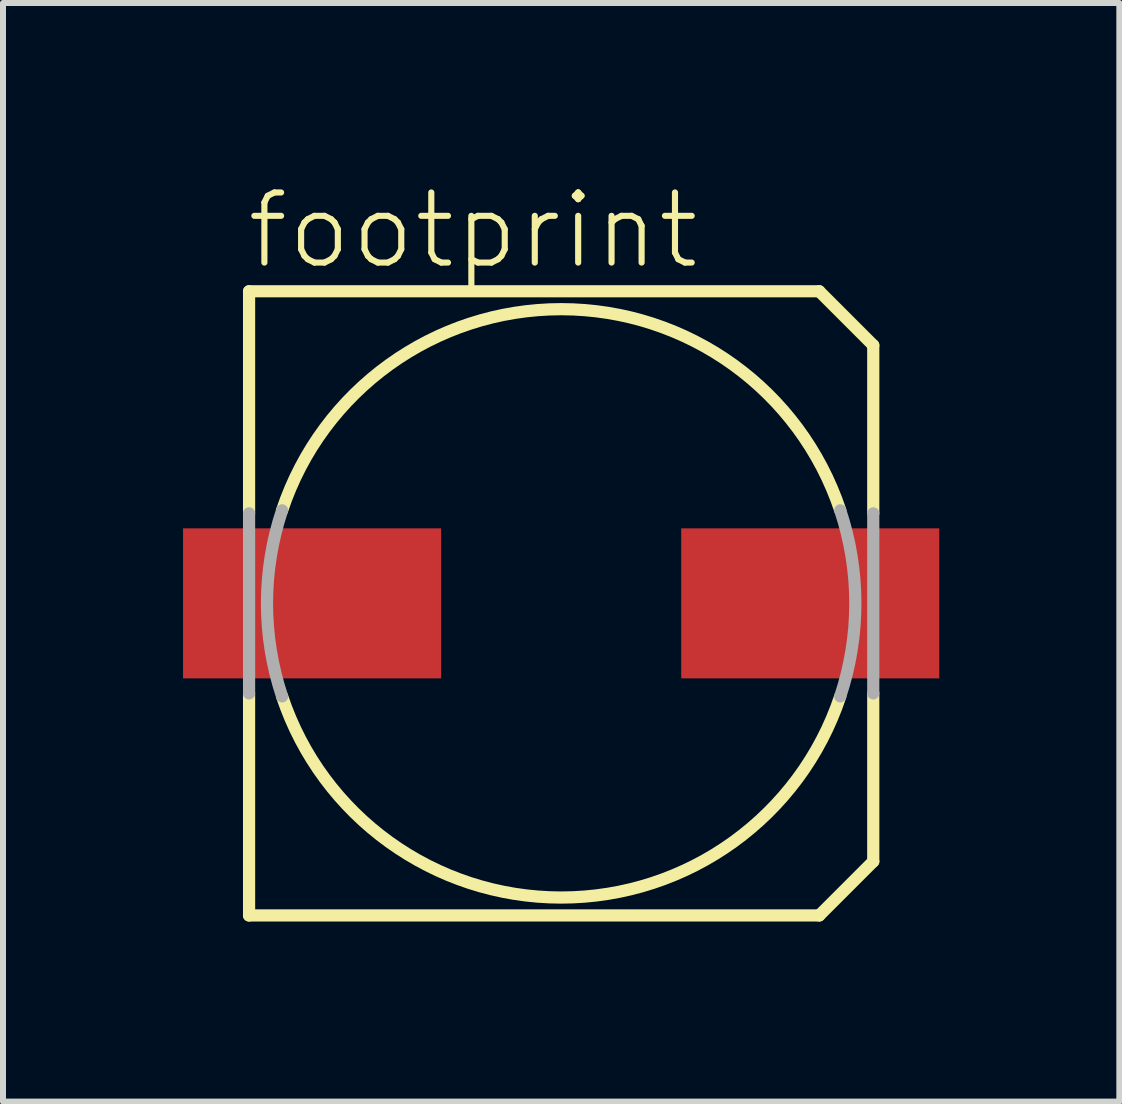
<source format=kicad_pcb>
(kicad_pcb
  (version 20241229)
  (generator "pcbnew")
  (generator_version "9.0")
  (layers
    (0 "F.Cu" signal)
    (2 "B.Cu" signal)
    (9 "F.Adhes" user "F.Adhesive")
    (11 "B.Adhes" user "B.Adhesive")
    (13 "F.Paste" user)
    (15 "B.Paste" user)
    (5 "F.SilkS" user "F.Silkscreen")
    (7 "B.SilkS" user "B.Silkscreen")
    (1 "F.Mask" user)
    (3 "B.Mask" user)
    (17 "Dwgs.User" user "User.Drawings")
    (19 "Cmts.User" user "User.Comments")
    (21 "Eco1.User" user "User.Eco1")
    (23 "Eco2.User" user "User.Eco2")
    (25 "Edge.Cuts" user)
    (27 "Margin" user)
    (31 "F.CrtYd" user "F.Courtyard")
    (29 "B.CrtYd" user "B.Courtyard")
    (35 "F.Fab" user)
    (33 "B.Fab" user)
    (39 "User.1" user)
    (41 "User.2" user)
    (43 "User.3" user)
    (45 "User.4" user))
  (footprint "footprint"
    (layer "F.Cu")
    (at 6.3 7.003)
    (property "Reference" "footprint" (at -5.29 -5.53 0) (layer "F.SilkS") (effects (font (size 1.168 1.168) (thickness 0.102)) (justify left bottom)))
    (fp_line (start -5.2 -5.2) (end 4.3 -5.2) (stroke (width 0.203) (type solid)) (layer "F.SilkS"))
    (fp_line (start -5.2 -1.5) (end -5.2 -5.2) (stroke (width 0.203) (type solid)) (layer "F.SilkS"))
    (fp_line (start -5.2 5.2) (end -5.2 1.5) (stroke (width 0.203) (type solid)) (layer "F.SilkS"))
    (fp_line (start 4.3 -5.2) (end 5.2 -4.3) (stroke (width 0.203) (type solid)) (layer "F.SilkS"))
    (fp_line (start 4.3 5.2) (end -5.2 5.2) (stroke (width 0.203) (type solid)) (layer "F.SilkS"))
    (fp_line (start 5.2 -4.3) (end 5.2 -1.5) (stroke (width 0.203) (type solid)) (layer "F.SilkS"))
    (fp_line (start 5.2 1.5) (end 5.2 4.3) (stroke (width 0.203) (type solid)) (layer "F.SilkS"))
    (fp_line (start 5.2 4.3) (end 4.3 5.2) (stroke (width 0.203) (type solid)) (layer "F.SilkS"))
    (fp_arc (start -4.65 -1.55) (mid 0 -4.90153) (end 4.65 -1.55) (stroke (width 0.2032) (type solid)) (layer "F.SilkS"))
    (fp_arc (start 4.65 1.55) (mid 0 4.90153) (end -4.65 1.55) (stroke (width 0.2032) (type solid)) (layer "F.SilkS"))
    (fp_line (start -5.2 1.5) (end -5.2 -1.5) (stroke (width 0.203) (type solid)) (layer "F.Fab"))
    (fp_line (start 5.2 -1.5) (end 5.2 1.5) (stroke (width 0.203) (type solid)) (layer "F.Fab"))
    (fp_arc (start -4.65 1.55) (mid -4.90153 0) (end -4.65 -1.55) (stroke (width 0.2032) (type solid)) (layer "F.Fab"))
    (fp_arc (start 4.65 -1.55) (mid 4.90153 0) (end 4.65 1.55) (stroke (width 0.2032) (type solid)) (layer "F.Fab"))
    (pad "+" smd rect (at 4.15 0) (size 4.3 2.5) (layers "F.Cu" "F.Mask" "F.Paste"))
    (pad "-" smd rect (at -4.15 0) (size 4.3 2.5) (layers "F.Cu" "F.Mask" "F.Paste")))
  (gr_rect
    (start -3 -3)
    (end 15.6 15.305)
    (stroke (width 0.1) (type default))
    (fill no)
    (layer "Edge.Cuts")))
</source>
